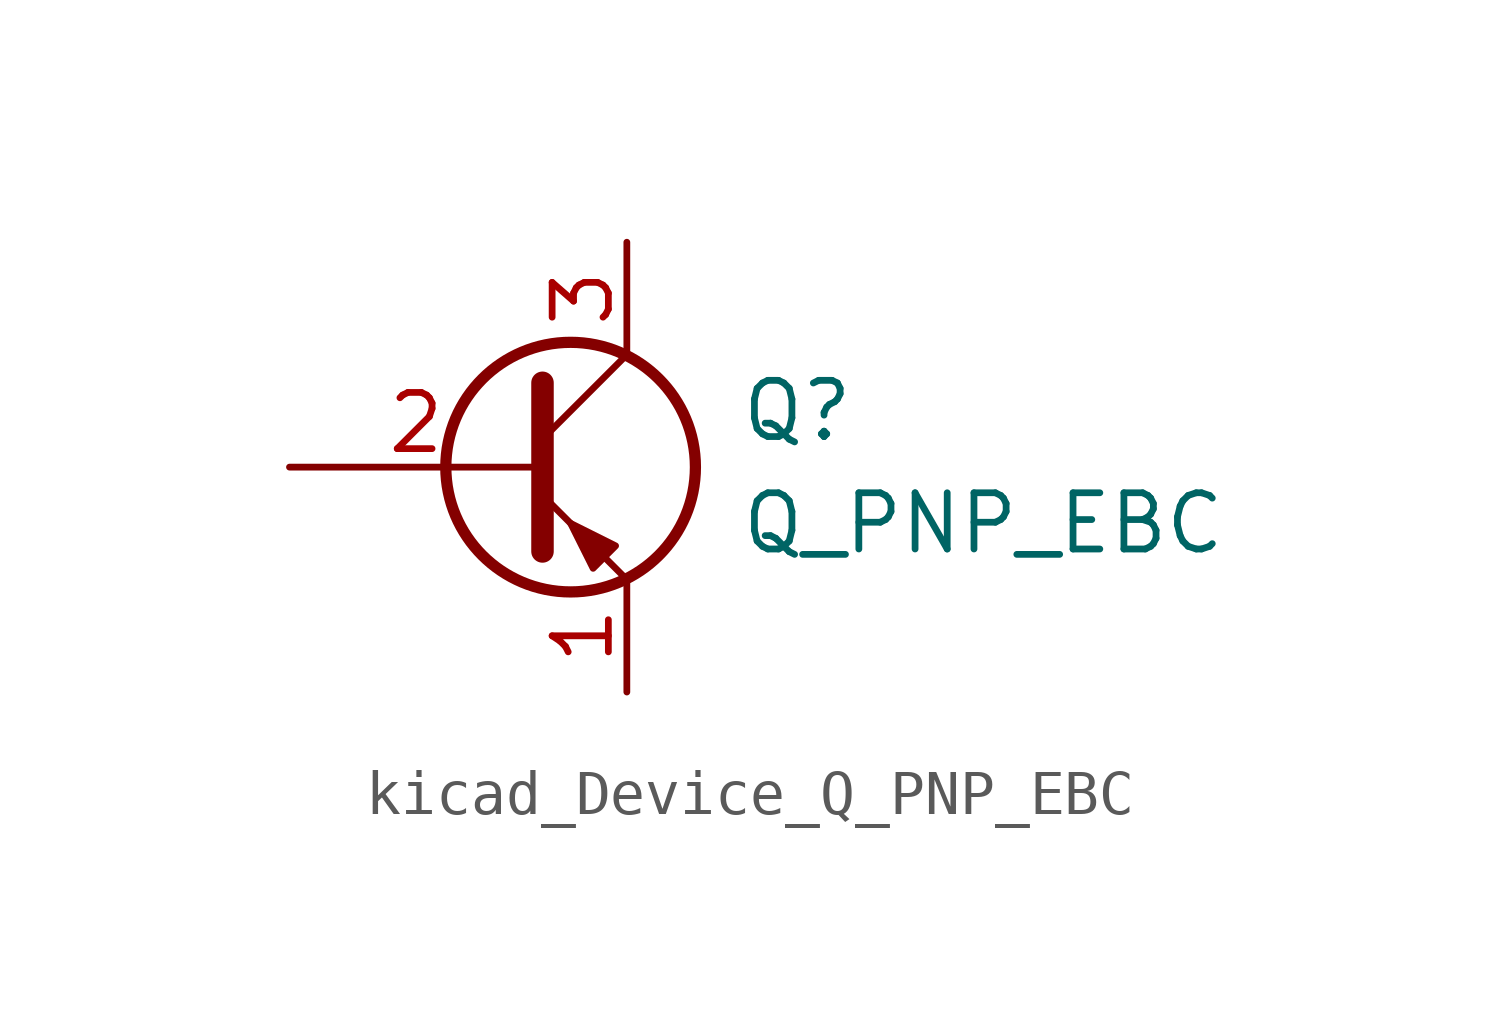
<source format=kicad_sym>
(kicad_symbol_lib
  (version 20220914)
  (generator kicad_symbol_editor)
  (symbol "kicad_Device_Q_PNP_EBC"
    (pin_names
      (offset 0) hide)
    (property "Reference" "Q"
      (at 5.08 1.27 0)
      (effects (font (size 1.27 1.27)) (justify left)))
    (property "Value" "Q_PNP_EBC"
      (at 5.08 -1.27 0)
      (effects (font (size 1.27 1.27)) (justify left)))
    (symbol "kicad_Device_Q_PNP_EBC_0_1"
      (polyline (pts (xy 0.635 0.635) (xy 2.54 2.54)) (stroke (width 0) (type default)) (fill (type none)))
      (polyline (pts (xy 0.635 -0.635) (xy 2.54 -2.54) (xy 2.54 -2.54)) (stroke (width 0) (type default)) (fill (type none)))
      (polyline (pts (xy 0.635 1.905) (xy 0.635 -1.905) (xy 0.635 -1.905)) (stroke (width 0.508) (type default)) (fill (type none)))
      (polyline (pts (xy 2.286 -1.778) (xy 1.778 -2.286) (xy 1.27 -1.27) (xy 2.286 -1.778) (xy 2.286 -1.778)) (stroke (width 0) (type default)) (fill (type outline)))
      (circle (center 1.27 0) (radius 2.819) (stroke (width 0.254) (type default)) (fill (type none))))
    (symbol "kicad_Device_Q_PNP_EBC_1_1"
      (pin passive line (at 2.54 -5.08 90) (length 2.54) (name "E" (effects (font (size 1.27 1.27)))) (number "1" (effects (font (size 1.27 1.27)))))
      (pin input line (at -5.08 0 0) (length 5.715) (name "B" (effects (font (size 1.27 1.27)))) (number "2" (effects (font (size 1.27 1.27)))))
      (pin passive line (at 2.54 5.08 270) (length 2.54) (name "C" (effects (font (size 1.27 1.27)))) (number "3" (effects (font (size 1.27 1.27))))))))
</source>
